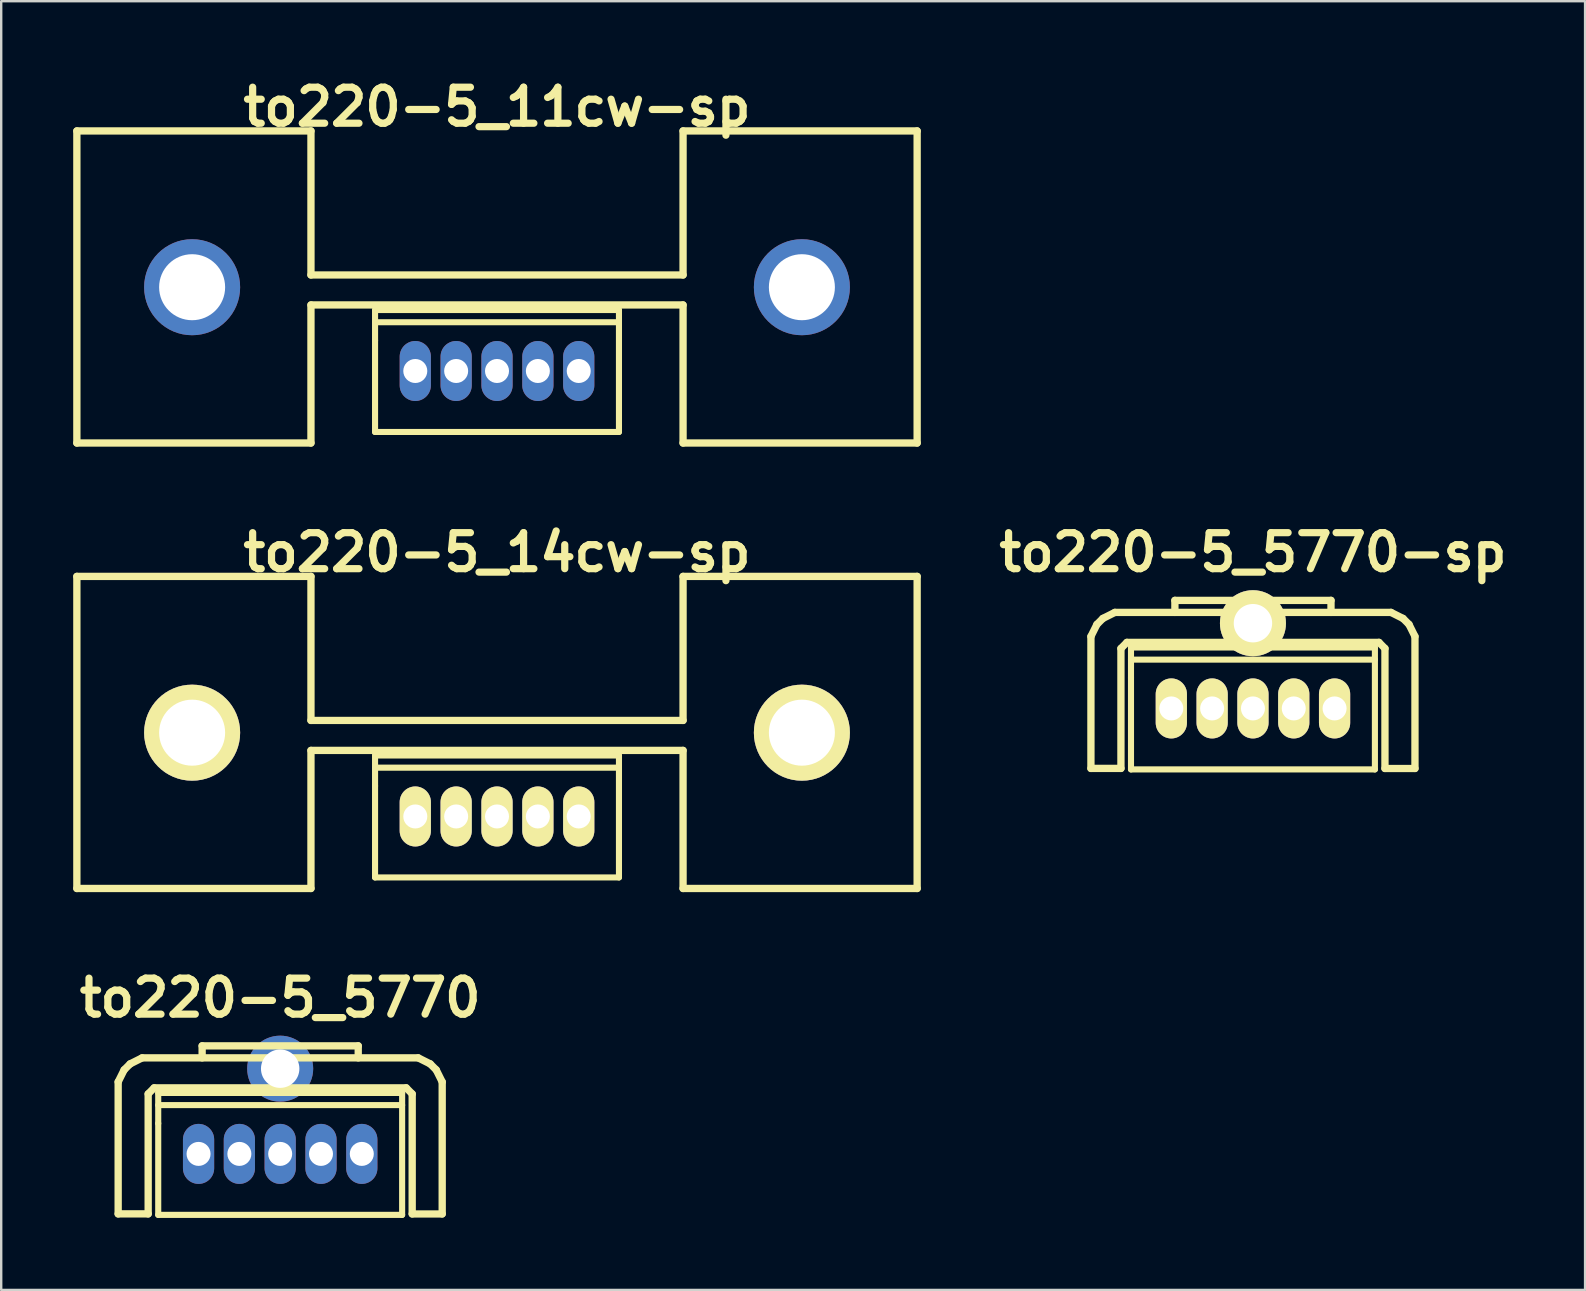
<source format=kicad_pcb>
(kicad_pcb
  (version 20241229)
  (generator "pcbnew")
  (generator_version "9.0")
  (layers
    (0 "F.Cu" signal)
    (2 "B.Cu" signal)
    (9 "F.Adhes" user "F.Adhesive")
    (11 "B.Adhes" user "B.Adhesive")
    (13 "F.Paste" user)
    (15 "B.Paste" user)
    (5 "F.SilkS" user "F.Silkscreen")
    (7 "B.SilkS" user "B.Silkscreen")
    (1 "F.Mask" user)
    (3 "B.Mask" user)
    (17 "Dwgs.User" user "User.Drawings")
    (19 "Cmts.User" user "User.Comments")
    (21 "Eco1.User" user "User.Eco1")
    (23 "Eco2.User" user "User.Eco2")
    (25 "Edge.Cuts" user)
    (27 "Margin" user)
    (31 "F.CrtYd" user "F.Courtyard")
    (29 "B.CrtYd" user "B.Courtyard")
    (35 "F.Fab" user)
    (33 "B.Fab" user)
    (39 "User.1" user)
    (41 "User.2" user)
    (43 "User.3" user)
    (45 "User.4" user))
  (footprint "to220-5_5770"
    (layer "F.Cu")
    (at 8.621 45.016)
    (property "Reference" "to220-5_5770" (at 0 -6.5 0) (layer "F.SilkS") (effects (font (size 1.5 1.5) (thickness 0.3))))
    (attr through_hole)
    (fp_line (start -6.749 -3) (end -6.5 -3.5) (stroke (width 0.305) (type solid)) (layer "F.SilkS"))
    (fp_line (start -6.749 2.499) (end -6.749 -3) (stroke (width 0.305) (type solid)) (layer "F.SilkS"))
    (fp_line (start -6.5 -3.5) (end -6.251 -3.749) (stroke (width 0.305) (type solid)) (layer "F.SilkS"))
    (fp_line (start -6.251 -3.749) (end -5.751 -4) (stroke (width 0.305) (type solid)) (layer "F.SilkS"))
    (fp_line (start -5.499 -2.499) (end -5.25 -2.751) (stroke (width 0.305) (type solid)) (layer "F.SilkS"))
    (fp_line (start -5.499 2.499) (end -6.749 2.499) (stroke (width 0.305) (type solid)) (layer "F.SilkS"))
    (fp_line (start -5.499 2.499) (end -5.499 -2.499) (stroke (width 0.305) (type solid)) (layer "F.SilkS"))
    (fp_line (start -5.25 -2.751) (end 5.25 -2.751) (stroke (width 0.305) (type solid)) (layer "F.SilkS"))
    (fp_line (start -5.08 -2.54) (end -5.08 -1.27) (stroke (width 0.254) (type solid)) (layer "F.SilkS"))
    (fp_line (start -5.08 -2.032) (end 5.08 -2.032) (stroke (width 0.254) (type solid)) (layer "F.SilkS"))
    (fp_line (start -5.08 -1.27) (end -5.08 2.54) (stroke (width 0.254) (type solid)) (layer "F.SilkS"))
    (fp_line (start -5.08 2.54) (end 5.08 2.54) (stroke (width 0.254) (type solid)) (layer "F.SilkS"))
    (fp_line (start -3.251 -4.501) (end 3.251 -4.501) (stroke (width 0.305) (type solid)) (layer "F.SilkS"))
    (fp_line (start -3.251 -4) (end -3.251 -4.501) (stroke (width 0.305) (type solid)) (layer "F.SilkS"))
    (fp_line (start 3.251 -4.501) (end 3.251 -4) (stroke (width 0.305) (type solid)) (layer "F.SilkS"))
    (fp_line (start 5.08 -2.54) (end -5.08 -2.54) (stroke (width 0.254) (type solid)) (layer "F.SilkS"))
    (fp_line (start 5.08 2.54) (end 5.08 -2.54) (stroke (width 0.254) (type solid)) (layer "F.SilkS"))
    (fp_line (start 5.25 -2.751) (end 5.499 -2.499) (stroke (width 0.305) (type solid)) (layer "F.SilkS"))
    (fp_line (start 5.499 2.499) (end 5.499 -2.499) (stroke (width 0.305) (type solid)) (layer "F.SilkS"))
    (fp_line (start 5.751 -4) (end -5.751 -4) (stroke (width 0.305) (type solid)) (layer "F.SilkS"))
    (fp_line (start 5.751 -4) (end 6.251 -3.749) (stroke (width 0.305) (type solid)) (layer "F.SilkS"))
    (fp_line (start 6.251 -3.749) (end 6.5 -3.5) (stroke (width 0.305) (type solid)) (layer "F.SilkS"))
    (fp_line (start 6.5 -3.5) (end 6.749 -3) (stroke (width 0.305) (type solid)) (layer "F.SilkS"))
    (fp_line (start 6.749 2.499) (end 6.749 -3) (stroke (width 0.305) (type solid)) (layer "F.SilkS"))
    (fp_line (start 6.749 2.502) (end 5.499 2.502) (stroke (width 0.305) (type solid)) (layer "F.SilkS"))
    (pad "" thru_hole circle (at 0 -3.55) (size 2.75 2.75) (drill 1.6) (layers "*.Cu" "*.Mask"))
    (pad "1" thru_hole oval (at 3.4 0) (size 1.3 2.5) (drill 1) (layers "*.Cu" "*.Mask"))
    (pad "2" thru_hole oval (at 1.7 0) (size 1.3 2.5) (drill 1) (layers "*.Cu" "*.Mask"))
    (pad "3" thru_hole oval (at 0 0) (size 1.3 2.5) (drill 1) (layers "*.Cu" "*.Mask"))
    (pad "4" thru_hole oval (at -1.7 0) (size 1.3 2.5) (drill 1) (layers "*.Cu" "*.Mask"))
    (pad "5" thru_hole oval (at -3.4 0) (size 1.3 2.5) (drill 1) (layers "*.Cu" "*.Mask")))
  (footprint "to220-5_11cw-sp"
    (layer "F.Cu")
    (at 17.653 12.404)
    (property "Reference" "to220-5_11cw-sp" (at 0 -11 0) (layer "F.SilkS") (effects (font (size 1.5 1.5) (thickness 0.3))))
    (attr through_hole)
    (fp_line (start -17.501 -10) (end -17.501 3) (stroke (width 0.305) (type solid)) (layer "F.SilkS"))
    (fp_line (start -17.501 3) (end -7.75 3) (stroke (width 0.305) (type solid)) (layer "F.SilkS"))
    (fp_line (start -7.75 -10) (end -17.501 -10) (stroke (width 0.305) (type solid)) (layer "F.SilkS"))
    (fp_line (start -7.75 -4) (end -7.75 -10) (stroke (width 0.305) (type solid)) (layer "F.SilkS"))
    (fp_line (start -7.75 -2.751) (end 7.75 -2.751) (stroke (width 0.305) (type solid)) (layer "F.SilkS"))
    (fp_line (start -7.75 3) (end -7.75 -2.751) (stroke (width 0.305) (type solid)) (layer "F.SilkS"))
    (fp_line (start -5.08 -2.54) (end -5.08 -1.27) (stroke (width 0.254) (type solid)) (layer "F.SilkS"))
    (fp_line (start -5.08 -2.032) (end 5.08 -2.032) (stroke (width 0.254) (type solid)) (layer "F.SilkS"))
    (fp_line (start -5.08 -1.27) (end -5.08 2.54) (stroke (width 0.254) (type solid)) (layer "F.SilkS"))
    (fp_line (start -5.08 2.54) (end 5.08 2.54) (stroke (width 0.254) (type solid)) (layer "F.SilkS"))
    (fp_line (start 5.08 -2.54) (end -5.08 -2.54) (stroke (width 0.254) (type solid)) (layer "F.SilkS"))
    (fp_line (start 5.08 2.54) (end 5.08 -2.54) (stroke (width 0.254) (type solid)) (layer "F.SilkS"))
    (fp_line (start 7.75 -10) (end 7.75 -4) (stroke (width 0.305) (type solid)) (layer "F.SilkS"))
    (fp_line (start 7.75 -4) (end -7.75 -4) (stroke (width 0.305) (type solid)) (layer "F.SilkS"))
    (fp_line (start 7.75 -2.751) (end 7.75 3) (stroke (width 0.305) (type solid)) (layer "F.SilkS"))
    (fp_line (start 7.75 3) (end 17.501 3) (stroke (width 0.305) (type solid)) (layer "F.SilkS"))
    (fp_line (start 17.501 -10) (end 7.75 -10) (stroke (width 0.305) (type solid)) (layer "F.SilkS"))
    (fp_line (start 17.501 3) (end 17.501 -10) (stroke (width 0.305) (type solid)) (layer "F.SilkS"))
    (pad "" thru_hole circle (at -12.7 -3.49) (size 4 4) (drill 2.75) (layers "*.Cu" "*.Mask"))
    (pad "" thru_hole circle (at 12.7 -3.49) (size 4 4) (drill 2.75) (layers "*.Cu" "*.Mask"))
    (pad "1" thru_hole oval (at -3.404 0) (size 1.3 2.5) (drill 1) (layers "*.Cu" "*.Mask"))
    (pad "2" thru_hole oval (at -1.702 0) (size 1.3 2.5) (drill 1) (layers "*.Cu" "*.Mask"))
    (pad "3" thru_hole oval (at 0 0) (size 1.3 2.5) (drill 1) (layers "*.Cu" "*.Mask"))
    (pad "4" thru_hole oval (at 1.702 0) (size 1.3 2.5) (drill 1) (layers "*.Cu" "*.Mask"))
    (pad "5" thru_hole oval (at 3.404 0) (size 1.3 2.5) (drill 1) (layers "*.Cu" "*.Mask")))
  (footprint "to220-5_14cw-sp"
    (layer "F.Cu")
    (at 17.653 30.96)
    (property "Reference" "to220-5_14cw-sp" (at 0 -11 0) (layer "F.SilkS") (effects (font (size 1.5 1.5) (thickness 0.3))))
    (attr through_hole)
    (fp_line (start -17.501 -10) (end -17.501 3) (stroke (width 0.305) (type solid)) (layer "F.SilkS"))
    (fp_line (start -17.501 3) (end -7.75 3) (stroke (width 0.305) (type solid)) (layer "F.SilkS"))
    (fp_line (start -7.75 -10) (end -17.501 -10) (stroke (width 0.305) (type solid)) (layer "F.SilkS"))
    (fp_line (start -7.75 -4) (end -7.75 -10) (stroke (width 0.305) (type solid)) (layer "F.SilkS"))
    (fp_line (start -7.75 -2.751) (end 7.75 -2.751) (stroke (width 0.305) (type solid)) (layer "F.SilkS"))
    (fp_line (start -7.75 3) (end -7.75 -2.751) (stroke (width 0.305) (type solid)) (layer "F.SilkS"))
    (fp_line (start -5.08 -2.54) (end -5.08 -1.27) (stroke (width 0.254) (type solid)) (layer "F.SilkS"))
    (fp_line (start -5.08 -2.032) (end 5.08 -2.032) (stroke (width 0.254) (type solid)) (layer "F.SilkS"))
    (fp_line (start -5.08 -1.27) (end -5.08 2.54) (stroke (width 0.254) (type solid)) (layer "F.SilkS"))
    (fp_line (start -5.08 2.54) (end 5.08 2.54) (stroke (width 0.254) (type solid)) (layer "F.SilkS"))
    (fp_line (start 5.08 -2.54) (end -5.08 -2.54) (stroke (width 0.254) (type solid)) (layer "F.SilkS"))
    (fp_line (start 5.08 2.54) (end 5.08 -2.54) (stroke (width 0.254) (type solid)) (layer "F.SilkS"))
    (fp_line (start 7.75 -10) (end 7.75 -4) (stroke (width 0.305) (type solid)) (layer "F.SilkS"))
    (fp_line (start 7.75 -4) (end -7.75 -4) (stroke (width 0.305) (type solid)) (layer "F.SilkS"))
    (fp_line (start 7.75 -2.751) (end 7.75 3) (stroke (width 0.305) (type solid)) (layer "F.SilkS"))
    (fp_line (start 7.75 3) (end 17.501 3) (stroke (width 0.305) (type solid)) (layer "F.SilkS"))
    (fp_line (start 17.501 -10) (end 7.75 -10) (stroke (width 0.305) (type solid)) (layer "F.SilkS"))
    (fp_line (start 17.501 3) (end 17.501 -10) (stroke (width 0.305) (type solid)) (layer "F.SilkS"))
    (pad "" thru_hole circle (at -12.7 -3.49) (size 4 4) (drill 2.75) (layers "*.Cu" "*.Mask" "F.SilkS"))
    (pad "" thru_hole circle (at 12.7 -3.49) (size 4 4) (drill 2.75) (layers "*.Cu" "*.Mask" "F.SilkS"))
    (pad "1" thru_hole oval (at -3.404 0) (size 1.3 2.5) (drill 1) (layers "*.Cu" "*.Mask" "F.SilkS"))
    (pad "2" thru_hole oval (at -1.702 0) (size 1.3 2.5) (drill 1) (layers "*.Cu" "*.Mask" "F.SilkS"))
    (pad "3" thru_hole oval (at 0 0) (size 1.3 2.5) (drill 1) (layers "*.Cu" "*.Mask" "F.SilkS"))
    (pad "4" thru_hole oval (at 1.702 0) (size 1.3 2.5) (drill 1) (layers "*.Cu" "*.Mask" "F.SilkS"))
    (pad "5" thru_hole oval (at 3.404 0) (size 1.3 2.5) (drill 1) (layers "*.Cu" "*.Mask" "F.SilkS")))
  (footprint "to220-5_5770-sp"
    (layer "F.Cu")
    (at 49.142 26.46)
    (property "Reference" "to220-5_5770-sp" (at 0 -6.5 0) (layer "F.SilkS") (effects (font (size 1.5 1.5) (thickness 0.3))))
    (attr through_hole)
    (fp_line (start -6.749 -3) (end -6.5 -3.5) (stroke (width 0.305) (type solid)) (layer "F.SilkS"))
    (fp_line (start -6.749 2.499) (end -6.749 -3) (stroke (width 0.305) (type solid)) (layer "F.SilkS"))
    (fp_line (start -6.5 -3.5) (end -6.251 -3.749) (stroke (width 0.305) (type solid)) (layer "F.SilkS"))
    (fp_line (start -6.251 -3.749) (end -5.751 -4) (stroke (width 0.305) (type solid)) (layer "F.SilkS"))
    (fp_line (start -5.499 -2.499) (end -5.25 -2.751) (stroke (width 0.305) (type solid)) (layer "F.SilkS"))
    (fp_line (start -5.499 2.499) (end -6.749 2.499) (stroke (width 0.305) (type solid)) (layer "F.SilkS"))
    (fp_line (start -5.499 2.499) (end -5.499 -2.499) (stroke (width 0.305) (type solid)) (layer "F.SilkS"))
    (fp_line (start -5.25 -2.751) (end 5.25 -2.751) (stroke (width 0.305) (type solid)) (layer "F.SilkS"))
    (fp_line (start -5.08 -2.54) (end -5.08 -1.27) (stroke (width 0.254) (type solid)) (layer "F.SilkS"))
    (fp_line (start -5.08 -2.032) (end 5.08 -2.032) (stroke (width 0.254) (type solid)) (layer "F.SilkS"))
    (fp_line (start -5.08 -1.27) (end -5.08 2.54) (stroke (width 0.254) (type solid)) (layer "F.SilkS"))
    (fp_line (start -5.08 2.54) (end 5.08 2.54) (stroke (width 0.254) (type solid)) (layer "F.SilkS"))
    (fp_line (start -3.251 -4.501) (end 3.251 -4.501) (stroke (width 0.305) (type solid)) (layer "F.SilkS"))
    (fp_line (start -3.251 -4) (end -3.251 -4.501) (stroke (width 0.305) (type solid)) (layer "F.SilkS"))
    (fp_line (start 3.251 -4.501) (end 3.251 -4) (stroke (width 0.305) (type solid)) (layer "F.SilkS"))
    (fp_line (start 5.08 -2.54) (end -5.08 -2.54) (stroke (width 0.254) (type solid)) (layer "F.SilkS"))
    (fp_line (start 5.08 2.54) (end 5.08 -2.54) (stroke (width 0.254) (type solid)) (layer "F.SilkS"))
    (fp_line (start 5.25 -2.751) (end 5.499 -2.499) (stroke (width 0.305) (type solid)) (layer "F.SilkS"))
    (fp_line (start 5.499 2.499) (end 5.499 -2.499) (stroke (width 0.305) (type solid)) (layer "F.SilkS"))
    (fp_line (start 5.751 -4) (end -5.751 -4) (stroke (width 0.305) (type solid)) (layer "F.SilkS"))
    (fp_line (start 5.751 -4) (end 6.251 -3.749) (stroke (width 0.305) (type solid)) (layer "F.SilkS"))
    (fp_line (start 6.251 -3.749) (end 6.5 -3.5) (stroke (width 0.305) (type solid)) (layer "F.SilkS"))
    (fp_line (start 6.5 -3.5) (end 6.749 -3) (stroke (width 0.305) (type solid)) (layer "F.SilkS"))
    (fp_line (start 6.749 2.499) (end 6.749 -3) (stroke (width 0.305) (type solid)) (layer "F.SilkS"))
    (fp_line (start 6.749 2.502) (end 5.499 2.502) (stroke (width 0.305) (type solid)) (layer "F.SilkS"))
    (pad "" thru_hole circle (at 0 -3.55) (size 2.75 2.75) (drill 1.6) (layers "*.Cu" "*.Mask" "F.SilkS"))
    (pad "1" thru_hole oval (at -3.4 0) (size 1.3 2.5) (drill 1) (layers "*.Cu" "*.Mask" "F.SilkS"))
    (pad "2" thru_hole oval (at -1.7 0) (size 1.3 2.5) (drill 1) (layers "*.Cu" "*.Mask" "F.SilkS"))
    (pad "3" thru_hole oval (at 0 0) (size 1.3 2.5) (drill 1) (layers "*.Cu" "*.Mask" "F.SilkS"))
    (pad "4" thru_hole oval (at 1.7 0) (size 1.3 2.5) (drill 1) (layers "*.Cu" "*.Mask" "F.SilkS"))
    (pad "5" thru_hole oval (at 3.4 0) (size 1.3 2.5) (drill 1) (layers "*.Cu" "*.Mask" "F.SilkS")))
  (gr_rect
    (start -3 -3)
    (end 62.977 50.683)
    (stroke (width 0.1) (type default))
    (fill no)
    (layer "Edge.Cuts")))
</source>
